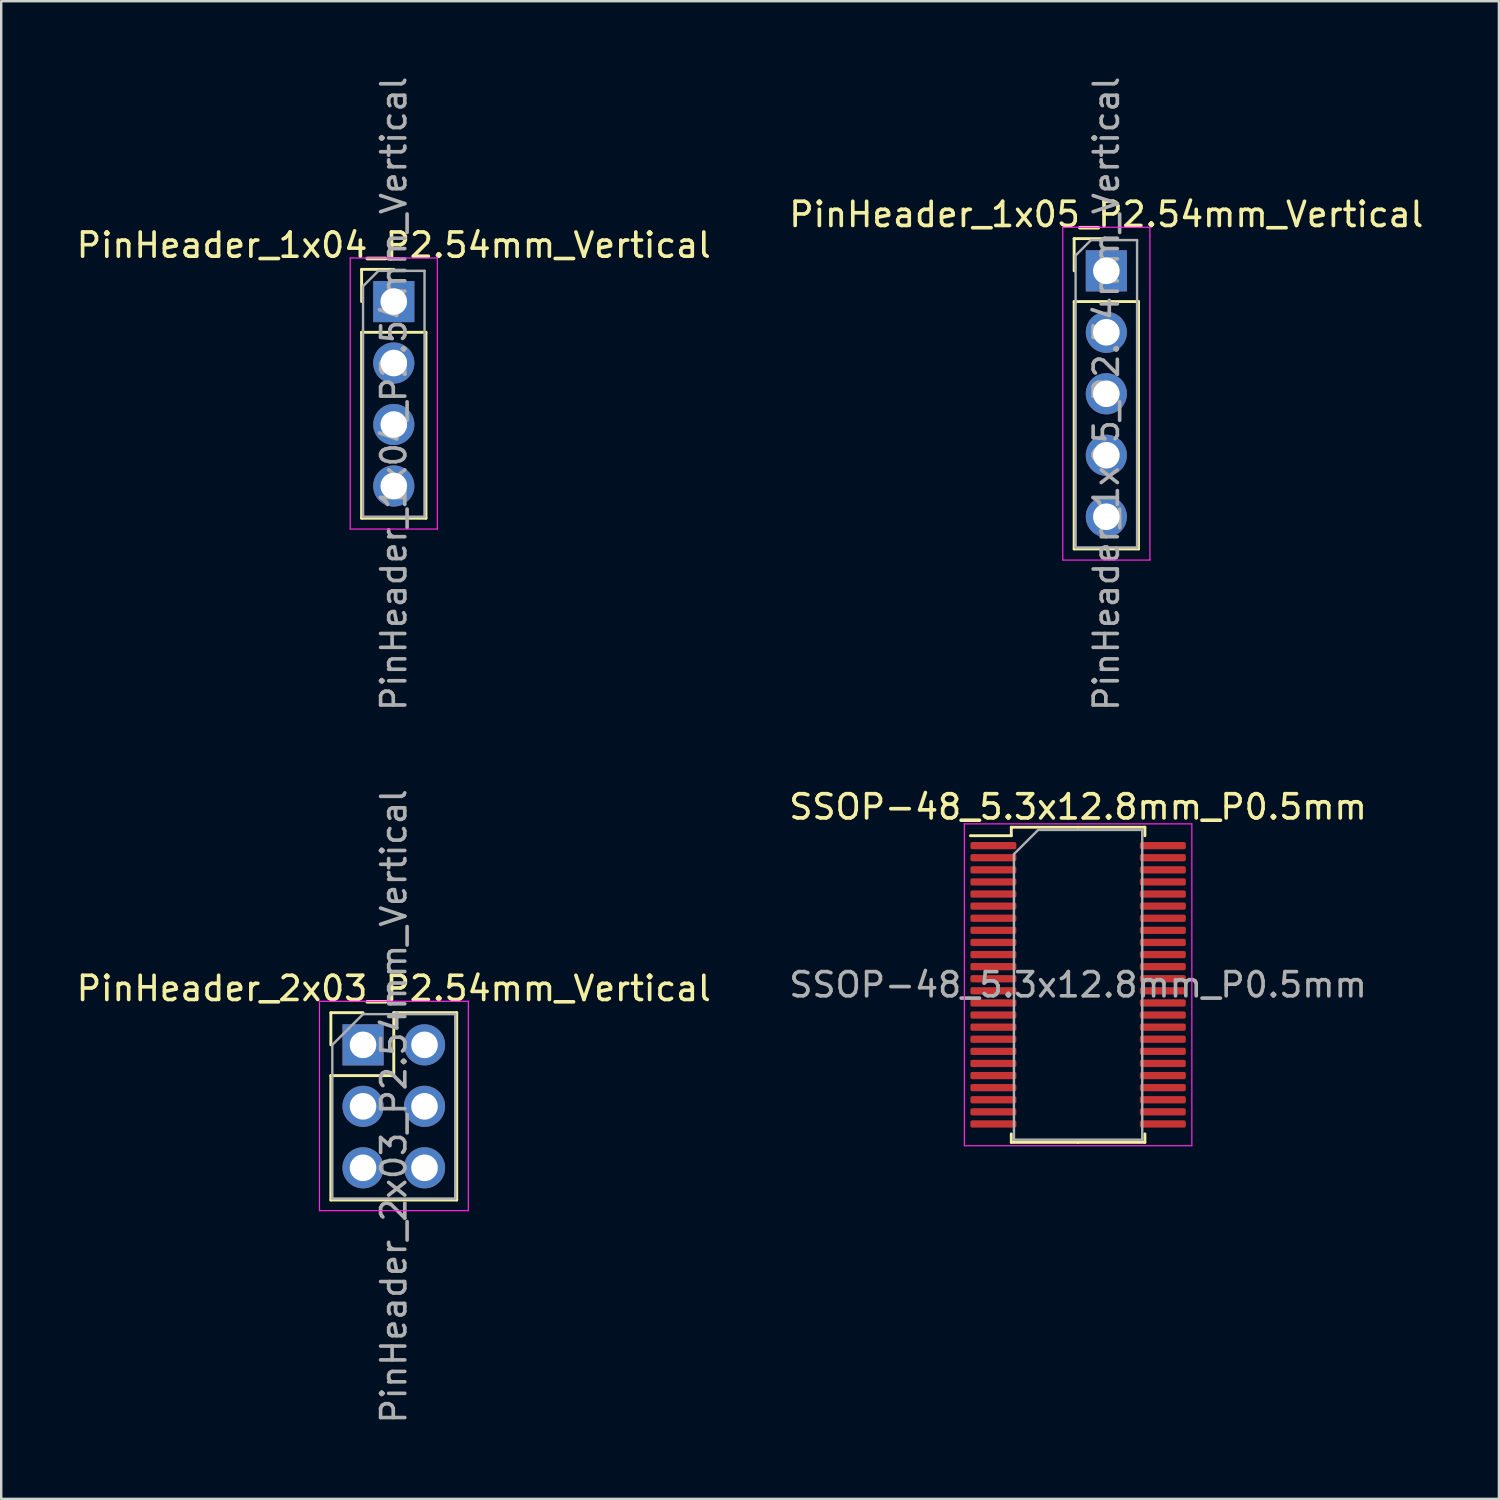
<source format=kicad_pcb>
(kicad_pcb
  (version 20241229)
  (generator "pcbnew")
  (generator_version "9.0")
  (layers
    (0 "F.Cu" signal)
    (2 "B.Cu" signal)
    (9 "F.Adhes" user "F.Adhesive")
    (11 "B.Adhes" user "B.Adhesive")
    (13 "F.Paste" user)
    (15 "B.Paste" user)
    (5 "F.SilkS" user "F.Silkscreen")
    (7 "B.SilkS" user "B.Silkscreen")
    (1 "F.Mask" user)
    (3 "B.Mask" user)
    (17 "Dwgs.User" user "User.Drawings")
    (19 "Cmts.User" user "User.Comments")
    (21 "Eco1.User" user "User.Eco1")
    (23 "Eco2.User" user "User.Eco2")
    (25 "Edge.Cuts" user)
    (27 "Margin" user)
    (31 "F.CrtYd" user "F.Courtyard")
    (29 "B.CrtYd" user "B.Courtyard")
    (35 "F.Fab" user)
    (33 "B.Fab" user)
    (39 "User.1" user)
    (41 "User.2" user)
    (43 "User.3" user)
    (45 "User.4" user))
  (footprint "PinHeader_1x04_P2.54mm_Vertical"
    (layer "F.Cu")
    (at 13.22 9.41)
    (property "Reference" "PinHeader_1x04_P2.54mm_Vertical" (at 0 -2.33 0) (layer "F.SilkS") (effects (font (size 1 1) (thickness 0.15))))
    (attr through_hole)
    (fp_line (start -1.33 -1.33) (end 0 -1.33) (stroke (width 0.12) (type solid)) (layer "F.SilkS"))
    (fp_line (start -1.33 0) (end -1.33 -1.33) (stroke (width 0.12) (type solid)) (layer "F.SilkS"))
    (fp_line (start -1.33 1.27) (end -1.33 8.95) (stroke (width 0.12) (type solid)) (layer "F.SilkS"))
    (fp_line (start -1.33 1.27) (end 1.33 1.27) (stroke (width 0.12) (type solid)) (layer "F.SilkS"))
    (fp_line (start -1.33 8.95) (end 1.33 8.95) (stroke (width 0.12) (type solid)) (layer "F.SilkS"))
    (fp_line (start 1.33 1.27) (end 1.33 8.95) (stroke (width 0.12) (type solid)) (layer "F.SilkS"))
    (fp_line (start -1.8 -1.8) (end -1.8 9.4) (stroke (width 0.05) (type solid)) (layer "F.CrtYd"))
    (fp_line (start -1.8 9.4) (end 1.8 9.4) (stroke (width 0.05) (type solid)) (layer "F.CrtYd"))
    (fp_line (start 1.8 -1.8) (end -1.8 -1.8) (stroke (width 0.05) (type solid)) (layer "F.CrtYd"))
    (fp_line (start 1.8 9.4) (end 1.8 -1.8) (stroke (width 0.05) (type solid)) (layer "F.CrtYd"))
    (fp_line (start -1.27 -0.635) (end -0.635 -1.27) (stroke (width 0.1) (type solid)) (layer "F.Fab"))
    (fp_line (start -1.27 8.89) (end -1.27 -0.635) (stroke (width 0.1) (type solid)) (layer "F.Fab"))
    (fp_line (start -0.635 -1.27) (end 1.27 -1.27) (stroke (width 0.1) (type solid)) (layer "F.Fab"))
    (fp_line (start 1.27 -1.27) (end 1.27 8.89) (stroke (width 0.1) (type solid)) (layer "F.Fab"))
    (fp_line (start 1.27 8.89) (end -1.27 8.89) (stroke (width 0.1) (type solid)) (layer "F.Fab"))
    (fp_text user "${REFERENCE}" (at 0 3.81 90) (layer "F.Fab") (effects (font (size 1 1) (thickness 0.15))))
    (pad "1" thru_hole rect (at 0 0) (size 1.7 1.7) (drill 1.1) (layers "*.Cu" "*.Mask"))
    (pad "2" thru_hole oval (at 0 2.54) (size 1.7 1.7) (drill 1.1) (layers "*.Cu" "*.Mask"))
    (pad "3" thru_hole oval (at 0 5.08) (size 1.7 1.7) (drill 1.1) (layers "*.Cu" "*.Mask"))
    (pad "4" thru_hole oval (at 0 7.62) (size 1.7 1.7) (drill 1.1) (layers "*.Cu" "*.Mask")))
  (footprint "SSOP-48_5.3x12.8mm_P0.5mm"
    (layer "F.Cu")
    (at 41.494 37.639)
    (property "Reference" "SSOP-48_5.3x12.8mm_P0.5mm" (at 0 -7.35 0) (layer "F.SilkS") (effects (font (size 1 1) (thickness 0.15))))
    (attr smd)
    (fp_line (start -2.76 -6.51) (end -2.76 -6.16) (stroke (width 0.12) (type solid)) (layer "F.SilkS"))
    (fp_line (start -2.76 -6.16) (end -4.45 -6.16) (stroke (width 0.12) (type solid)) (layer "F.SilkS"))
    (fp_line (start -2.76 6.51) (end -2.76 6.16) (stroke (width 0.12) (type solid)) (layer "F.SilkS"))
    (fp_line (start 0 -6.51) (end -2.76 -6.51) (stroke (width 0.12) (type solid)) (layer "F.SilkS"))
    (fp_line (start 0 -6.51) (end 2.76 -6.51) (stroke (width 0.12) (type solid)) (layer "F.SilkS"))
    (fp_line (start 0 6.51) (end -2.76 6.51) (stroke (width 0.12) (type solid)) (layer "F.SilkS"))
    (fp_line (start 0 6.51) (end 2.76 6.51) (stroke (width 0.12) (type solid)) (layer "F.SilkS"))
    (fp_line (start 2.76 -6.51) (end 2.76 -6.16) (stroke (width 0.12) (type solid)) (layer "F.SilkS"))
    (fp_line (start 2.76 6.51) (end 2.76 6.16) (stroke (width 0.12) (type solid)) (layer "F.SilkS"))
    (fp_line (start -4.7 -6.65) (end -4.7 6.65) (stroke (width 0.05) (type solid)) (layer "F.CrtYd"))
    (fp_line (start -4.7 6.65) (end 4.7 6.65) (stroke (width 0.05) (type solid)) (layer "F.CrtYd"))
    (fp_line (start 4.7 -6.65) (end -4.7 -6.65) (stroke (width 0.05) (type solid)) (layer "F.CrtYd"))
    (fp_line (start 4.7 6.65) (end 4.7 -6.65) (stroke (width 0.05) (type solid)) (layer "F.CrtYd"))
    (fp_line (start -2.65 -5.4) (end -1.65 -6.4) (stroke (width 0.1) (type solid)) (layer "F.Fab"))
    (fp_line (start -2.65 6.4) (end -2.65 -5.4) (stroke (width 0.1) (type solid)) (layer "F.Fab"))
    (fp_line (start -1.65 -6.4) (end 2.65 -6.4) (stroke (width 0.1) (type solid)) (layer "F.Fab"))
    (fp_line (start 2.65 -6.4) (end 2.65 6.4) (stroke (width 0.1) (type solid)) (layer "F.Fab"))
    (fp_line (start 2.65 6.4) (end -2.65 6.4) (stroke (width 0.1) (type solid)) (layer "F.Fab"))
    (fp_text user "${REFERENCE}" (at 0 0 0) (layer "F.Fab") (effects (font (size 1 1) (thickness 0.15))))
    (pad "1" smd roundrect (at -3.5 -5.75) (size 1.9 0.3) (layers "F.Cu" "F.Mask" "F.Paste") (roundrect_rratio 0.25))
    (pad "2" smd roundrect (at -3.5 -5.25) (size 1.9 0.3) (layers "F.Cu" "F.Mask" "F.Paste") (roundrect_rratio 0.25))
    (pad "3" smd roundrect (at -3.5 -4.75) (size 1.9 0.3) (layers "F.Cu" "F.Mask" "F.Paste") (roundrect_rratio 0.25))
    (pad "4" smd roundrect (at -3.5 -4.25) (size 1.9 0.3) (layers "F.Cu" "F.Mask" "F.Paste") (roundrect_rratio 0.25))
    (pad "5" smd roundrect (at -3.5 -3.75) (size 1.9 0.3) (layers "F.Cu" "F.Mask" "F.Paste") (roundrect_rratio 0.25))
    (pad "6" smd roundrect (at -3.5 -3.25) (size 1.9 0.3) (layers "F.Cu" "F.Mask" "F.Paste") (roundrect_rratio 0.25))
    (pad "7" smd roundrect (at -3.5 -2.75) (size 1.9 0.3) (layers "F.Cu" "F.Mask" "F.Paste") (roundrect_rratio 0.25))
    (pad "8" smd roundrect (at -3.5 -2.25) (size 1.9 0.3) (layers "F.Cu" "F.Mask" "F.Paste") (roundrect_rratio 0.25))
    (pad "9" smd roundrect (at -3.5 -1.75) (size 1.9 0.3) (layers "F.Cu" "F.Mask" "F.Paste") (roundrect_rratio 0.25))
    (pad "10" smd roundrect (at -3.5 -1.25) (size 1.9 0.3) (layers "F.Cu" "F.Mask" "F.Paste") (roundrect_rratio 0.25))
    (pad "11" smd roundrect (at -3.5 -0.75) (size 1.9 0.3) (layers "F.Cu" "F.Mask" "F.Paste") (roundrect_rratio 0.25))
    (pad "12" smd roundrect (at -3.5 -0.25) (size 1.9 0.3) (layers "F.Cu" "F.Mask" "F.Paste") (roundrect_rratio 0.25))
    (pad "13" smd roundrect (at -3.5 0.25) (size 1.9 0.3) (layers "F.Cu" "F.Mask" "F.Paste") (roundrect_rratio 0.25))
    (pad "14" smd roundrect (at -3.5 0.75) (size 1.9 0.3) (layers "F.Cu" "F.Mask" "F.Paste") (roundrect_rratio 0.25))
    (pad "15" smd roundrect (at -3.5 1.25) (size 1.9 0.3) (layers "F.Cu" "F.Mask" "F.Paste") (roundrect_rratio 0.25))
    (pad "16" smd roundrect (at -3.5 1.75) (size 1.9 0.3) (layers "F.Cu" "F.Mask" "F.Paste") (roundrect_rratio 0.25))
    (pad "17" smd roundrect (at -3.5 2.25) (size 1.9 0.3) (layers "F.Cu" "F.Mask" "F.Paste") (roundrect_rratio 0.25))
    (pad "18" smd roundrect (at -3.5 2.75) (size 1.9 0.3) (layers "F.Cu" "F.Mask" "F.Paste") (roundrect_rratio 0.25))
    (pad "19" smd roundrect (at -3.5 3.25) (size 1.9 0.3) (layers "F.Cu" "F.Mask" "F.Paste") (roundrect_rratio 0.25))
    (pad "20" smd roundrect (at -3.5 3.75) (size 1.9 0.3) (layers "F.Cu" "F.Mask" "F.Paste") (roundrect_rratio 0.25))
    (pad "21" smd roundrect (at -3.5 4.25) (size 1.9 0.3) (layers "F.Cu" "F.Mask" "F.Paste") (roundrect_rratio 0.25))
    (pad "22" smd roundrect (at -3.5 4.75) (size 1.9 0.3) (layers "F.Cu" "F.Mask" "F.Paste") (roundrect_rratio 0.25))
    (pad "23" smd roundrect (at -3.5 5.25) (size 1.9 0.3) (layers "F.Cu" "F.Mask" "F.Paste") (roundrect_rratio 0.25))
    (pad "24" smd roundrect (at -3.5 5.75) (size 1.9 0.3) (layers "F.Cu" "F.Mask" "F.Paste") (roundrect_rratio 0.25))
    (pad "25" smd roundrect (at 3.5 5.75) (size 1.9 0.3) (layers "F.Cu" "F.Mask" "F.Paste") (roundrect_rratio 0.25))
    (pad "26" smd roundrect (at 3.5 5.25) (size 1.9 0.3) (layers "F.Cu" "F.Mask" "F.Paste") (roundrect_rratio 0.25))
    (pad "27" smd roundrect (at 3.5 4.75) (size 1.9 0.3) (layers "F.Cu" "F.Mask" "F.Paste") (roundrect_rratio 0.25))
    (pad "28" smd roundrect (at 3.5 4.25) (size 1.9 0.3) (layers "F.Cu" "F.Mask" "F.Paste") (roundrect_rratio 0.25))
    (pad "29" smd roundrect (at 3.5 3.75) (size 1.9 0.3) (layers "F.Cu" "F.Mask" "F.Paste") (roundrect_rratio 0.25))
    (pad "30" smd roundrect (at 3.5 3.25) (size 1.9 0.3) (layers "F.Cu" "F.Mask" "F.Paste") (roundrect_rratio 0.25))
    (pad "31" smd roundrect (at 3.5 2.75) (size 1.9 0.3) (layers "F.Cu" "F.Mask" "F.Paste") (roundrect_rratio 0.25))
    (pad "32" smd roundrect (at 3.5 2.25) (size 1.9 0.3) (layers "F.Cu" "F.Mask" "F.Paste") (roundrect_rratio 0.25))
    (pad "33" smd roundrect (at 3.5 1.75) (size 1.9 0.3) (layers "F.Cu" "F.Mask" "F.Paste") (roundrect_rratio 0.25))
    (pad "34" smd roundrect (at 3.5 1.25) (size 1.9 0.3) (layers "F.Cu" "F.Mask" "F.Paste") (roundrect_rratio 0.25))
    (pad "35" smd roundrect (at 3.5 0.75) (size 1.9 0.3) (layers "F.Cu" "F.Mask" "F.Paste") (roundrect_rratio 0.25))
    (pad "36" smd roundrect (at 3.5 0.25) (size 1.9 0.3) (layers "F.Cu" "F.Mask" "F.Paste") (roundrect_rratio 0.25))
    (pad "37" smd roundrect (at 3.5 -0.25) (size 1.9 0.3) (layers "F.Cu" "F.Mask" "F.Paste") (roundrect_rratio 0.25))
    (pad "38" smd roundrect (at 3.5 -0.75) (size 1.9 0.3) (layers "F.Cu" "F.Mask" "F.Paste") (roundrect_rratio 0.25))
    (pad "39" smd roundrect (at 3.5 -1.25) (size 1.9 0.3) (layers "F.Cu" "F.Mask" "F.Paste") (roundrect_rratio 0.25))
    (pad "40" smd roundrect (at 3.5 -1.75) (size 1.9 0.3) (layers "F.Cu" "F.Mask" "F.Paste") (roundrect_rratio 0.25))
    (pad "41" smd roundrect (at 3.5 -2.25) (size 1.9 0.3) (layers "F.Cu" "F.Mask" "F.Paste") (roundrect_rratio 0.25))
    (pad "42" smd roundrect (at 3.5 -2.75) (size 1.9 0.3) (layers "F.Cu" "F.Mask" "F.Paste") (roundrect_rratio 0.25))
    (pad "43" smd roundrect (at 3.5 -3.25) (size 1.9 0.3) (layers "F.Cu" "F.Mask" "F.Paste") (roundrect_rratio 0.25))
    (pad "44" smd roundrect (at 3.5 -3.75) (size 1.9 0.3) (layers "F.Cu" "F.Mask" "F.Paste") (roundrect_rratio 0.25))
    (pad "45" smd roundrect (at 3.5 -4.25) (size 1.9 0.3) (layers "F.Cu" "F.Mask" "F.Paste") (roundrect_rratio 0.25))
    (pad "46" smd roundrect (at 3.5 -4.75) (size 1.9 0.3) (layers "F.Cu" "F.Mask" "F.Paste") (roundrect_rratio 0.25))
    (pad "47" smd roundrect (at 3.5 -5.25) (size 1.9 0.3) (layers "F.Cu" "F.Mask" "F.Paste") (roundrect_rratio 0.25))
    (pad "48" smd roundrect (at 3.5 -5.75) (size 1.9 0.3) (layers "F.Cu" "F.Mask" "F.Paste") (roundrect_rratio 0.25)))
  (footprint "PinHeader_1x05_P2.54mm_Vertical"
    (layer "F.Cu")
    (at 42.661 8.14)
    (property "Reference" "PinHeader_1x05_P2.54mm_Vertical" (at 0 -2.33 0) (layer "F.SilkS") (effects (font (size 1 1) (thickness 0.15))))
    (attr through_hole)
    (fp_line (start -1.33 -1.33) (end 0 -1.33) (stroke (width 0.12) (type solid)) (layer "F.SilkS"))
    (fp_line (start -1.33 0) (end -1.33 -1.33) (stroke (width 0.12) (type solid)) (layer "F.SilkS"))
    (fp_line (start -1.33 1.27) (end -1.33 11.49) (stroke (width 0.12) (type solid)) (layer "F.SilkS"))
    (fp_line (start -1.33 1.27) (end 1.33 1.27) (stroke (width 0.12) (type solid)) (layer "F.SilkS"))
    (fp_line (start -1.33 11.49) (end 1.33 11.49) (stroke (width 0.12) (type solid)) (layer "F.SilkS"))
    (fp_line (start 1.33 1.27) (end 1.33 11.49) (stroke (width 0.12) (type solid)) (layer "F.SilkS"))
    (fp_line (start -1.8 -1.8) (end -1.8 11.95) (stroke (width 0.05) (type solid)) (layer "F.CrtYd"))
    (fp_line (start -1.8 11.95) (end 1.8 11.95) (stroke (width 0.05) (type solid)) (layer "F.CrtYd"))
    (fp_line (start 1.8 -1.8) (end -1.8 -1.8) (stroke (width 0.05) (type solid)) (layer "F.CrtYd"))
    (fp_line (start 1.8 11.95) (end 1.8 -1.8) (stroke (width 0.05) (type solid)) (layer "F.CrtYd"))
    (fp_line (start -1.27 -0.635) (end -0.635 -1.27) (stroke (width 0.1) (type solid)) (layer "F.Fab"))
    (fp_line (start -1.27 11.43) (end -1.27 -0.635) (stroke (width 0.1) (type solid)) (layer "F.Fab"))
    (fp_line (start -0.635 -1.27) (end 1.27 -1.27) (stroke (width 0.1) (type solid)) (layer "F.Fab"))
    (fp_line (start 1.27 -1.27) (end 1.27 11.43) (stroke (width 0.1) (type solid)) (layer "F.Fab"))
    (fp_line (start 1.27 11.43) (end -1.27 11.43) (stroke (width 0.1) (type solid)) (layer "F.Fab"))
    (fp_text user "${REFERENCE}" (at 0 5.08 90) (layer "F.Fab") (effects (font (size 1 1) (thickness 0.15))))
    (pad "1" thru_hole rect (at 0 0) (size 1.7 1.7) (drill 1.1) (layers "*.Cu" "*.Mask"))
    (pad "2" thru_hole oval (at 0 2.54) (size 1.7 1.7) (drill 1.1) (layers "*.Cu" "*.Mask"))
    (pad "3" thru_hole oval (at 0 5.08) (size 1.7 1.7) (drill 1.1) (layers "*.Cu" "*.Mask"))
    (pad "4" thru_hole oval (at 0 7.62) (size 1.7 1.7) (drill 1.1) (layers "*.Cu" "*.Mask"))
    (pad "5" thru_hole oval (at 0 10.16) (size 1.7 1.7) (drill 1.1) (layers "*.Cu" "*.Mask")))
  (footprint "PinHeader_2x03_P2.54mm_Vertical"
    (layer "F.Cu")
    (at 11.95 40.121)
    (property "Reference" "PinHeader_2x03_P2.54mm_Vertical" (at 1.27 -2.33 0) (layer "F.SilkS") (effects (font (size 1 1) (thickness 0.15))))
    (attr through_hole)
    (fp_line (start -1.33 -1.33) (end 0 -1.33) (stroke (width 0.12) (type solid)) (layer "F.SilkS"))
    (fp_line (start -1.33 0) (end -1.33 -1.33) (stroke (width 0.12) (type solid)) (layer "F.SilkS"))
    (fp_line (start -1.33 1.27) (end -1.33 6.41) (stroke (width 0.12) (type solid)) (layer "F.SilkS"))
    (fp_line (start -1.33 1.27) (end 1.27 1.27) (stroke (width 0.12) (type solid)) (layer "F.SilkS"))
    (fp_line (start -1.33 6.41) (end 3.87 6.41) (stroke (width 0.12) (type solid)) (layer "F.SilkS"))
    (fp_line (start 1.27 -1.33) (end 3.87 -1.33) (stroke (width 0.12) (type solid)) (layer "F.SilkS"))
    (fp_line (start 1.27 1.27) (end 1.27 -1.33) (stroke (width 0.12) (type solid)) (layer "F.SilkS"))
    (fp_line (start 3.87 -1.33) (end 3.87 6.41) (stroke (width 0.12) (type solid)) (layer "F.SilkS"))
    (fp_line (start -1.8 -1.8) (end -1.8 6.85) (stroke (width 0.05) (type solid)) (layer "F.CrtYd"))
    (fp_line (start -1.8 6.85) (end 4.35 6.85) (stroke (width 0.05) (type solid)) (layer "F.CrtYd"))
    (fp_line (start 4.35 -1.8) (end -1.8 -1.8) (stroke (width 0.05) (type solid)) (layer "F.CrtYd"))
    (fp_line (start 4.35 6.85) (end 4.35 -1.8) (stroke (width 0.05) (type solid)) (layer "F.CrtYd"))
    (fp_line (start -1.27 0) (end 0 -1.27) (stroke (width 0.1) (type solid)) (layer "F.Fab"))
    (fp_line (start -1.27 6.35) (end -1.27 0) (stroke (width 0.1) (type solid)) (layer "F.Fab"))
    (fp_line (start 0 -1.27) (end 3.81 -1.27) (stroke (width 0.1) (type solid)) (layer "F.Fab"))
    (fp_line (start 3.81 -1.27) (end 3.81 6.35) (stroke (width 0.1) (type solid)) (layer "F.Fab"))
    (fp_line (start 3.81 6.35) (end -1.27 6.35) (stroke (width 0.1) (type solid)) (layer "F.Fab"))
    (fp_text user "${REFERENCE}" (at 1.27 2.54 90) (layer "F.Fab") (effects (font (size 1 1) (thickness 0.15))))
    (pad "1" thru_hole rect (at 0 0) (size 1.7 1.7) (drill 1.1) (layers "*.Cu" "*.Mask"))
    (pad "2" thru_hole oval (at 2.54 0) (size 1.7 1.7) (drill 1.1) (layers "*.Cu" "*.Mask"))
    (pad "3" thru_hole oval (at 0 2.54) (size 1.7 1.7) (drill 1.1) (layers "*.Cu" "*.Mask"))
    (pad "4" thru_hole oval (at 2.54 2.54) (size 1.7 1.7) (drill 1.1) (layers "*.Cu" "*.Mask"))
    (pad "5" thru_hole oval (at 0 5.08) (size 1.7 1.7) (drill 1.1) (layers "*.Cu" "*.Mask"))
    (pad "6" thru_hole oval (at 2.54 5.08) (size 1.7 1.7) (drill 1.1) (layers "*.Cu" "*.Mask")))
  (gr_rect
    (start -3 -3)
    (end 58.881 58.881)
    (stroke (width 0.1) (type default))
    (fill no)
    (layer "Edge.Cuts")))
</source>
